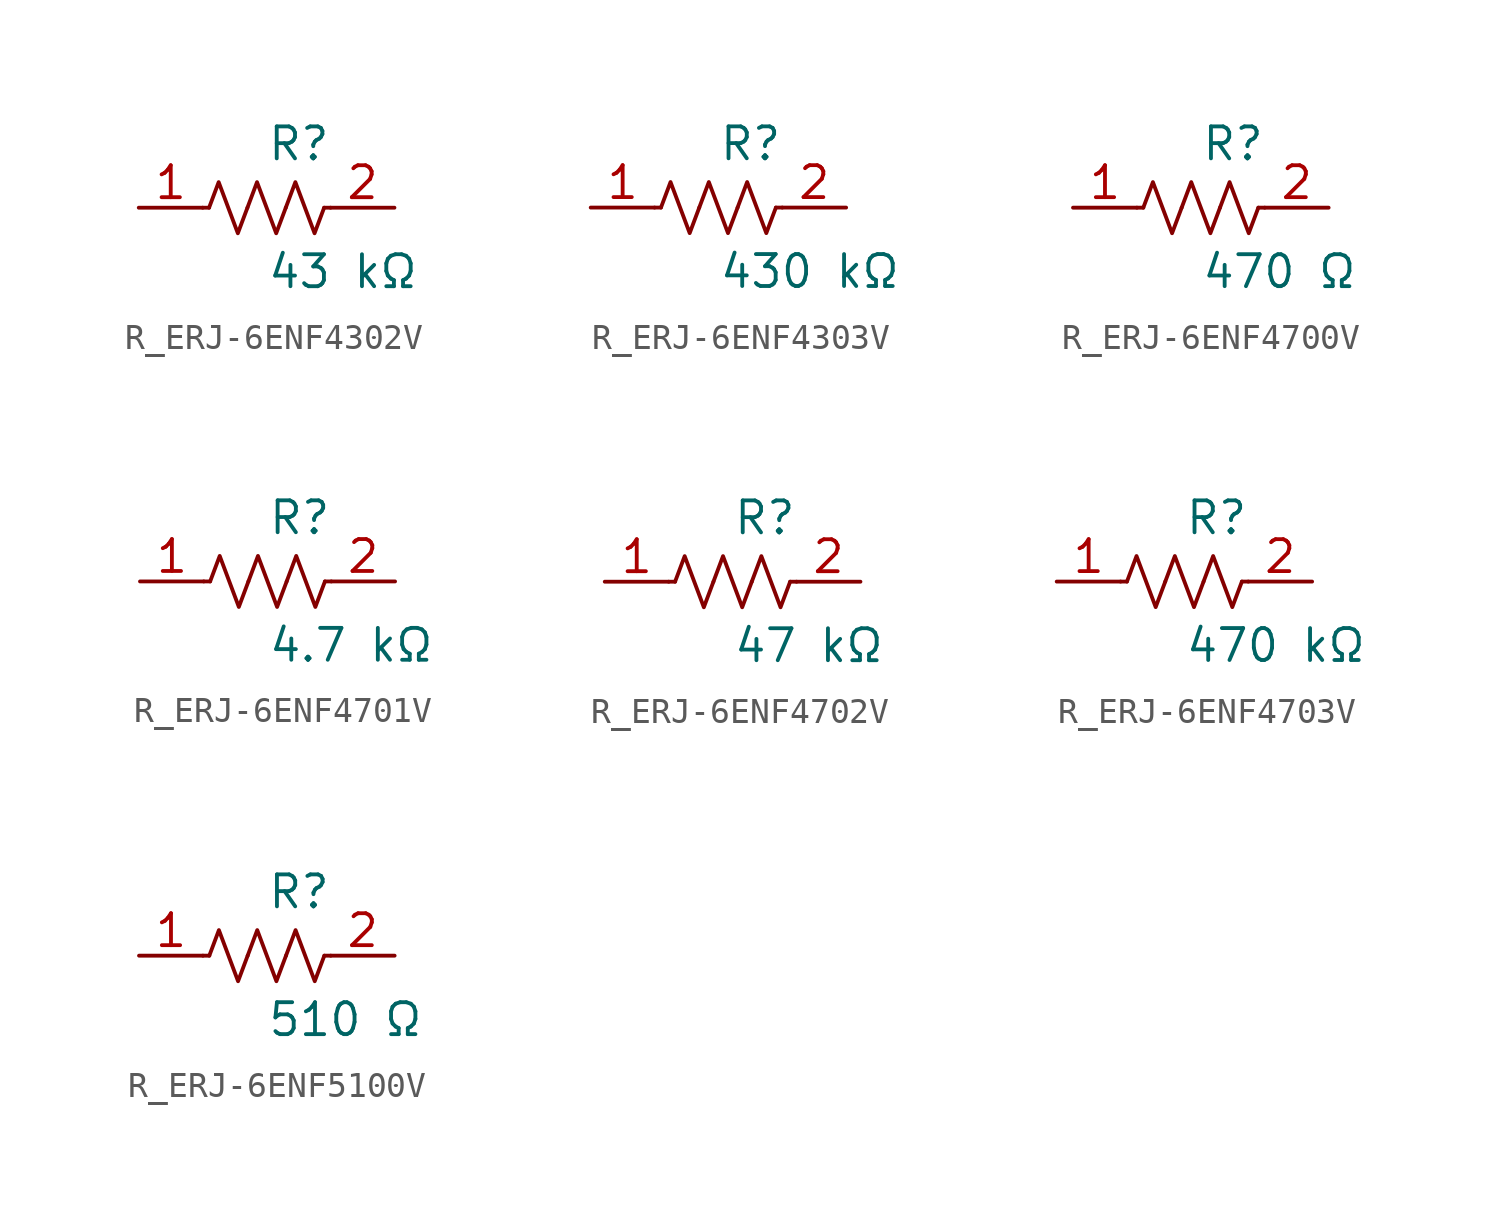
<source format=kicad_sym>
(kicad_symbol_lib
  (version 20231120)
  (generator kicad_symbol_editor)
  (generator_version 8.0)
  (symbol "R_ERJ-6ENF4302V"
    (pin_names
      (offset 0.254))
    (property "Reference" "R"
      (at 0.0 2.54 0)
      (effects (font (size 1.27 1.27)) (justify left)))
    (property "Value" "43 kΩ"
      (at 0.0 -2.54 0)
      (effects (font (size 1.27 1.27)) (justify left)))
    (symbol "R_ERJ-6ENF4302V_0_1"
      (polyline (pts (xy 2.286 0) (xy 2.54 0)) (stroke (width 0) (type default)) (fill (type none)))
      (polyline (pts (xy -2.286 0) (xy -2.54 0)) (stroke (width 0) (type default)) (fill (type none)))
      (polyline (pts (xy 0.762 0) (xy 1.143 1.016) (xy 1.524 0) (xy 1.905 -1.016) (xy 2.286 0)) (stroke (width 0) (type default)) (fill (type none)))
      (polyline (pts (xy -0.762 0) (xy -0.381 1.016) (xy 0 0) (xy 0.381 -1.016) (xy 0.762 0)) (stroke (width 0) (type default)) (fill (type none)))
      (polyline (pts (xy -2.286 0) (xy -1.905 1.016) (xy -1.524 0) (xy -1.143 -1.016) (xy -0.762 0)) (stroke (width 0) (type default)) (fill (type none))))
    (pin unspecified line
      (at -5.08 0 0)
      (length 2.54)
      (name "" (effects (font (size 1.27 1.27))))
      (number "1" (effects (font (size 1.27 1.27)))))
    (pin unspecified line
      (at 5.08 0 180)
      (length 2.54)
      (name "" (effects (font (size 1.27 1.27))))
      (number "2" (effects (font (size 1.27 1.27))))))
  (symbol "R_ERJ-6ENF4303V"
    (pin_names
      (offset 0.254))
    (property "Reference" "R"
      (at 0.0 2.54 0)
      (effects (font (size 1.27 1.27)) (justify left)))
    (property "Value" "430 kΩ"
      (at 0.0 -2.54 0)
      (effects (font (size 1.27 1.27)) (justify left)))
    (symbol "R_ERJ-6ENF4303V_0_1"
      (polyline (pts (xy 2.286 0) (xy 2.54 0)) (stroke (width 0) (type default)) (fill (type none)))
      (polyline (pts (xy -2.286 0) (xy -2.54 0)) (stroke (width 0) (type default)) (fill (type none)))
      (polyline (pts (xy 0.762 0) (xy 1.143 1.016) (xy 1.524 0) (xy 1.905 -1.016) (xy 2.286 0)) (stroke (width 0) (type default)) (fill (type none)))
      (polyline (pts (xy -0.762 0) (xy -0.381 1.016) (xy 0 0) (xy 0.381 -1.016) (xy 0.762 0)) (stroke (width 0) (type default)) (fill (type none)))
      (polyline (pts (xy -2.286 0) (xy -1.905 1.016) (xy -1.524 0) (xy -1.143 -1.016) (xy -0.762 0)) (stroke (width 0) (type default)) (fill (type none))))
    (pin unspecified line
      (at -5.08 0 0)
      (length 2.54)
      (name "" (effects (font (size 1.27 1.27))))
      (number "1" (effects (font (size 1.27 1.27)))))
    (pin unspecified line
      (at 5.08 0 180)
      (length 2.54)
      (name "" (effects (font (size 1.27 1.27))))
      (number "2" (effects (font (size 1.27 1.27))))))
  (symbol "R_ERJ-6ENF4700V"
    (pin_names
      (offset 0.254))
    (property "Reference" "R"
      (at 0.0 2.54 0)
      (effects (font (size 1.27 1.27)) (justify left)))
    (property "Value" "470 Ω"
      (at 0.0 -2.54 0)
      (effects (font (size 1.27 1.27)) (justify left)))
    (symbol "R_ERJ-6ENF4700V_0_1"
      (polyline (pts (xy 2.286 0) (xy 2.54 0)) (stroke (width 0) (type default)) (fill (type none)))
      (polyline (pts (xy -2.286 0) (xy -2.54 0)) (stroke (width 0) (type default)) (fill (type none)))
      (polyline (pts (xy 0.762 0) (xy 1.143 1.016) (xy 1.524 0) (xy 1.905 -1.016) (xy 2.286 0)) (stroke (width 0) (type default)) (fill (type none)))
      (polyline (pts (xy -0.762 0) (xy -0.381 1.016) (xy 0 0) (xy 0.381 -1.016) (xy 0.762 0)) (stroke (width 0) (type default)) (fill (type none)))
      (polyline (pts (xy -2.286 0) (xy -1.905 1.016) (xy -1.524 0) (xy -1.143 -1.016) (xy -0.762 0)) (stroke (width 0) (type default)) (fill (type none))))
    (pin unspecified line
      (at -5.08 0 0)
      (length 2.54)
      (name "" (effects (font (size 1.27 1.27))))
      (number "1" (effects (font (size 1.27 1.27)))))
    (pin unspecified line
      (at 5.08 0 180)
      (length 2.54)
      (name "" (effects (font (size 1.27 1.27))))
      (number "2" (effects (font (size 1.27 1.27))))))
  (symbol "R_ERJ-6ENF4701V"
    (pin_names
      (offset 0.254))
    (property "Reference" "R"
      (at 0.0 2.54 0)
      (effects (font (size 1.27 1.27)) (justify left)))
    (property "Value" "4.7 kΩ"
      (at 0.0 -2.54 0)
      (effects (font (size 1.27 1.27)) (justify left)))
    (symbol "R_ERJ-6ENF4701V_0_1"
      (polyline (pts (xy 2.286 0) (xy 2.54 0)) (stroke (width 0) (type default)) (fill (type none)))
      (polyline (pts (xy -2.286 0) (xy -2.54 0)) (stroke (width 0) (type default)) (fill (type none)))
      (polyline (pts (xy 0.762 0) (xy 1.143 1.016) (xy 1.524 0) (xy 1.905 -1.016) (xy 2.286 0)) (stroke (width 0) (type default)) (fill (type none)))
      (polyline (pts (xy -0.762 0) (xy -0.381 1.016) (xy 0 0) (xy 0.381 -1.016) (xy 0.762 0)) (stroke (width 0) (type default)) (fill (type none)))
      (polyline (pts (xy -2.286 0) (xy -1.905 1.016) (xy -1.524 0) (xy -1.143 -1.016) (xy -0.762 0)) (stroke (width 0) (type default)) (fill (type none))))
    (pin unspecified line
      (at -5.08 0 0)
      (length 2.54)
      (name "" (effects (font (size 1.27 1.27))))
      (number "1" (effects (font (size 1.27 1.27)))))
    (pin unspecified line
      (at 5.08 0 180)
      (length 2.54)
      (name "" (effects (font (size 1.27 1.27))))
      (number "2" (effects (font (size 1.27 1.27))))))
  (symbol "R_ERJ-6ENF4702V"
    (pin_names
      (offset 0.254))
    (property "Reference" "R"
      (at 0.0 2.54 0)
      (effects (font (size 1.27 1.27)) (justify left)))
    (property "Value" "47 kΩ"
      (at 0.0 -2.54 0)
      (effects (font (size 1.27 1.27)) (justify left)))
    (symbol "R_ERJ-6ENF4702V_0_1"
      (polyline (pts (xy 2.286 0) (xy 2.54 0)) (stroke (width 0) (type default)) (fill (type none)))
      (polyline (pts (xy -2.286 0) (xy -2.54 0)) (stroke (width 0) (type default)) (fill (type none)))
      (polyline (pts (xy 0.762 0) (xy 1.143 1.016) (xy 1.524 0) (xy 1.905 -1.016) (xy 2.286 0)) (stroke (width 0) (type default)) (fill (type none)))
      (polyline (pts (xy -0.762 0) (xy -0.381 1.016) (xy 0 0) (xy 0.381 -1.016) (xy 0.762 0)) (stroke (width 0) (type default)) (fill (type none)))
      (polyline (pts (xy -2.286 0) (xy -1.905 1.016) (xy -1.524 0) (xy -1.143 -1.016) (xy -0.762 0)) (stroke (width 0) (type default)) (fill (type none))))
    (pin unspecified line
      (at -5.08 0 0)
      (length 2.54)
      (name "" (effects (font (size 1.27 1.27))))
      (number "1" (effects (font (size 1.27 1.27)))))
    (pin unspecified line
      (at 5.08 0 180)
      (length 2.54)
      (name "" (effects (font (size 1.27 1.27))))
      (number "2" (effects (font (size 1.27 1.27))))))
  (symbol "R_ERJ-6ENF4703V"
    (pin_names
      (offset 0.254))
    (property "Reference" "R"
      (at 0.0 2.54 0)
      (effects (font (size 1.27 1.27)) (justify left)))
    (property "Value" "470 kΩ"
      (at 0.0 -2.54 0)
      (effects (font (size 1.27 1.27)) (justify left)))
    (symbol "R_ERJ-6ENF4703V_0_1"
      (polyline (pts (xy 2.286 0) (xy 2.54 0)) (stroke (width 0) (type default)) (fill (type none)))
      (polyline (pts (xy -2.286 0) (xy -2.54 0)) (stroke (width 0) (type default)) (fill (type none)))
      (polyline (pts (xy 0.762 0) (xy 1.143 1.016) (xy 1.524 0) (xy 1.905 -1.016) (xy 2.286 0)) (stroke (width 0) (type default)) (fill (type none)))
      (polyline (pts (xy -0.762 0) (xy -0.381 1.016) (xy 0 0) (xy 0.381 -1.016) (xy 0.762 0)) (stroke (width 0) (type default)) (fill (type none)))
      (polyline (pts (xy -2.286 0) (xy -1.905 1.016) (xy -1.524 0) (xy -1.143 -1.016) (xy -0.762 0)) (stroke (width 0) (type default)) (fill (type none))))
    (pin unspecified line
      (at -5.08 0 0)
      (length 2.54)
      (name "" (effects (font (size 1.27 1.27))))
      (number "1" (effects (font (size 1.27 1.27)))))
    (pin unspecified line
      (at 5.08 0 180)
      (length 2.54)
      (name "" (effects (font (size 1.27 1.27))))
      (number "2" (effects (font (size 1.27 1.27))))))
  (symbol "R_ERJ-6ENF5100V"
    (pin_names
      (offset 0.254))
    (property "Reference" "R"
      (at 0.0 2.54 0)
      (effects (font (size 1.27 1.27)) (justify left)))
    (property "Value" "510 Ω"
      (at 0.0 -2.54 0)
      (effects (font (size 1.27 1.27)) (justify left)))
    (symbol "R_ERJ-6ENF5100V_0_1"
      (polyline (pts (xy 2.286 0) (xy 2.54 0)) (stroke (width 0) (type default)) (fill (type none)))
      (polyline (pts (xy -2.286 0) (xy -2.54 0)) (stroke (width 0) (type default)) (fill (type none)))
      (polyline (pts (xy 0.762 0) (xy 1.143 1.016) (xy 1.524 0) (xy 1.905 -1.016) (xy 2.286 0)) (stroke (width 0) (type default)) (fill (type none)))
      (polyline (pts (xy -0.762 0) (xy -0.381 1.016) (xy 0 0) (xy 0.381 -1.016) (xy 0.762 0)) (stroke (width 0) (type default)) (fill (type none)))
      (polyline (pts (xy -2.286 0) (xy -1.905 1.016) (xy -1.524 0) (xy -1.143 -1.016) (xy -0.762 0)) (stroke (width 0) (type default)) (fill (type none))))
    (pin unspecified line
      (at -5.08 0 0)
      (length 2.54)
      (name "" (effects (font (size 1.27 1.27))))
      (number "1" (effects (font (size 1.27 1.27)))))
    (pin unspecified line
      (at 5.08 0 180)
      (length 2.54)
      (name "" (effects (font (size 1.27 1.27))))
      (number "2" (effects (font (size 1.27 1.27)))))))
</source>
